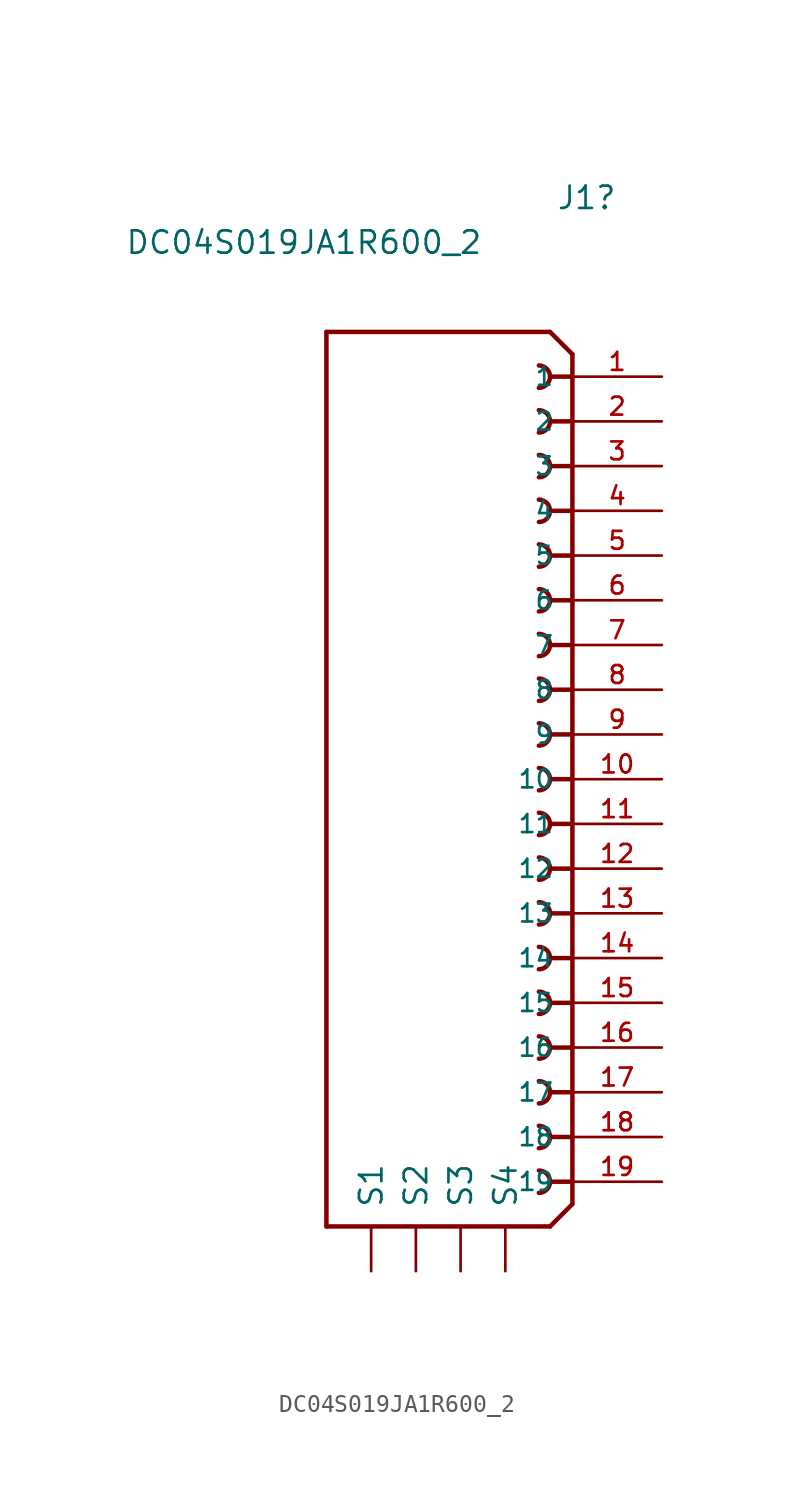
<source format=kicad_sym>
(kicad_symbol_lib
  (version 20211014)
  (generator kicad_symbol_editor)
  (symbol "DC04S019JA1R600_2"
    (pin_names
      (offset 1.016))
    (property "Reference" "J1"
      (at 2.54 33.02 0)
      (effects (font (size 1.27 1.27)) (justify right)))
    (property "Value" "DC04S019JA1R600_2"
      (at -5.08 30.48 0)
      (effects (font (size 1.27 1.27)) (justify right)))
    (property "ki_locked" ""
      (at 0 0 0)
      (effects (font (size 1.27 1.27))))
    (symbol "DC04S019JA1R600_2_0_0"
      (arc (start -1.905 -23.495) (mid -1.27 -22.86) (end -1.905 -22.225) (stroke (width 0.254) (type default) (color 0 0 0 0)) (fill (type none)))
      (arc (start -1.905 -20.955) (mid -1.27 -20.32) (end -1.905 -19.685) (stroke (width 0.254) (type default) (color 0 0 0 0)) (fill (type none)))
      (arc (start -1.905 -18.415) (mid -1.27 -17.78) (end -1.905 -17.145) (stroke (width 0.254) (type default) (color 0 0 0 0)) (fill (type none)))
      (arc (start -1.905 -15.875) (mid -1.27 -15.24) (end -1.905 -14.605) (stroke (width 0.254) (type default) (color 0 0 0 0)) (fill (type none)))
      (arc (start -1.905 -13.335) (mid -1.27 -12.7) (end -1.905 -12.065) (stroke (width 0.254) (type default) (color 0 0 0 0)) (fill (type none)))
      (arc (start -1.905 -10.795) (mid -1.27 -10.16) (end -1.905 -9.525) (stroke (width 0.254) (type default) (color 0 0 0 0)) (fill (type none)))
      (arc (start -1.905 -8.255) (mid -1.27 -7.62) (end -1.905 -6.985) (stroke (width 0.254) (type default) (color 0 0 0 0)) (fill (type none)))
      (arc (start -1.905 -5.715) (mid -1.27 -5.08) (end -1.905 -4.445) (stroke (width 0.254) (type default) (color 0 0 0 0)) (fill (type none)))
      (arc (start -1.905 -3.175) (mid -1.27 -2.54) (end -1.905 -1.905) (stroke (width 0.254) (type default) (color 0 0 0 0)) (fill (type none)))
      (arc (start -1.905 -0.635) (mid -1.27 0) (end -1.905 0.635) (stroke (width 0.254) (type default) (color 0 0 0 0)) (fill (type none)))
      (arc (start -1.905 1.905) (mid -1.27 2.54) (end -1.905 3.175) (stroke (width 0.254) (type default) (color 0 0 0 0)) (fill (type none)))
      (arc (start -1.905 4.445) (mid -1.27 5.08) (end -1.905 5.715) (stroke (width 0.254) (type default) (color 0 0 0 0)) (fill (type none)))
      (arc (start -1.905 6.985) (mid -1.27 7.62) (end -1.905 8.255) (stroke (width 0.254) (type default) (color 0 0 0 0)) (fill (type none)))
      (arc (start -1.905 9.525) (mid -1.27 10.16) (end -1.905 10.795) (stroke (width 0.254) (type default) (color 0 0 0 0)) (fill (type none)))
      (arc (start -1.905 12.065) (mid -1.27 12.7) (end -1.905 13.335) (stroke (width 0.254) (type default) (color 0 0 0 0)) (fill (type none)))
      (arc (start -1.905 14.605) (mid -1.27 15.24) (end -1.905 15.875) (stroke (width 0.254) (type default) (color 0 0 0 0)) (fill (type none)))
      (arc (start -1.905 17.145) (mid -1.27 17.78) (end -1.905 18.415) (stroke (width 0.254) (type default) (color 0 0 0 0)) (fill (type none)))
      (arc (start -1.905 19.685) (mid -1.27 20.32) (end -1.905 20.955) (stroke (width 0.254) (type default) (color 0 0 0 0)) (fill (type none)))
      (arc (start -1.905 22.225) (mid -1.27 22.86) (end -1.905 23.495) (stroke (width 0.254) (type default) (color 0 0 0 0)) (fill (type none)))
      (polyline (pts (xy -13.97 -25.4) (xy -13.97 25.4)) (stroke (width 0.254) (type default) (color 0 0 0 0)) (fill (type none)))
      (polyline (pts (xy -13.97 25.4) (xy -1.27 25.4)) (stroke (width 0.254) (type default) (color 0 0 0 0)) (fill (type none)))
      (polyline (pts (xy -1.27 -25.4) (xy -13.97 -25.4)) (stroke (width 0.254) (type default) (color 0 0 0 0)) (fill (type none)))
      (polyline (pts (xy 0 -24.13) (xy -1.27 -25.4)) (stroke (width 0.254) (type default) (color 0 0 0 0)) (fill (type none)))
      (polyline (pts (xy 0 -22.86) (xy -1.27 -22.86)) (stroke (width 0.254) (type default) (color 0 0 0 0)) (fill (type none)))
      (polyline (pts (xy 0 -20.32) (xy -1.27 -20.32)) (stroke (width 0.254) (type default) (color 0 0 0 0)) (fill (type none)))
      (polyline (pts (xy 0 -17.78) (xy -1.27 -17.78)) (stroke (width 0.254) (type default) (color 0 0 0 0)) (fill (type none)))
      (polyline (pts (xy 0 -15.24) (xy -1.27 -15.24)) (stroke (width 0.254) (type default) (color 0 0 0 0)) (fill (type none)))
      (polyline (pts (xy 0 -12.7) (xy -1.27 -12.7)) (stroke (width 0.254) (type default) (color 0 0 0 0)) (fill (type none)))
      (polyline (pts (xy 0 -10.16) (xy -1.27 -10.16)) (stroke (width 0.254) (type default) (color 0 0 0 0)) (fill (type none)))
      (polyline (pts (xy 0 -7.62) (xy -1.27 -7.62)) (stroke (width 0.254) (type default) (color 0 0 0 0)) (fill (type none)))
      (polyline (pts (xy 0 -5.08) (xy -1.27 -5.08)) (stroke (width 0.254) (type default) (color 0 0 0 0)) (fill (type none)))
      (polyline (pts (xy 0 -2.54) (xy -1.27 -2.54)) (stroke (width 0.254) (type default) (color 0 0 0 0)) (fill (type none)))
      (polyline (pts (xy 0 0) (xy -1.27 0)) (stroke (width 0.254) (type default) (color 0 0 0 0)) (fill (type none)))
      (polyline (pts (xy 0 2.54) (xy -1.27 2.54)) (stroke (width 0.254) (type default) (color 0 0 0 0)) (fill (type none)))
      (polyline (pts (xy 0 5.08) (xy -1.27 5.08)) (stroke (width 0.254) (type default) (color 0 0 0 0)) (fill (type none)))
      (polyline (pts (xy 0 7.62) (xy -1.27 7.62)) (stroke (width 0.254) (type default) (color 0 0 0 0)) (fill (type none)))
      (polyline (pts (xy 0 10.16) (xy -1.27 10.16)) (stroke (width 0.254) (type default) (color 0 0 0 0)) (fill (type none)))
      (polyline (pts (xy 0 12.7) (xy -1.27 12.7)) (stroke (width 0.254) (type default) (color 0 0 0 0)) (fill (type none)))
      (polyline (pts (xy 0 15.24) (xy -1.27 15.24)) (stroke (width 0.254) (type default) (color 0 0 0 0)) (fill (type none)))
      (polyline (pts (xy 0 17.78) (xy -1.27 17.78)) (stroke (width 0.254) (type default) (color 0 0 0 0)) (fill (type none)))
      (polyline (pts (xy 0 20.32) (xy -1.27 20.32)) (stroke (width 0.254) (type default) (color 0 0 0 0)) (fill (type none)))
      (polyline (pts (xy 0 22.86) (xy -1.27 22.86)) (stroke (width 0.254) (type default) (color 0 0 0 0)) (fill (type none)))
      (polyline (pts (xy 0 22.86) (xy 0 -24.13)) (stroke (width 0.254) (type default) (color 0 0 0 0)) (fill (type none)))
      (polyline (pts (xy 0 24.13) (xy -1.27 25.4)) (stroke (width 0.254) (type default) (color 0 0 0 0)) (fill (type none)))
      (polyline (pts (xy 0 24.13) (xy 0 22.86)) (stroke (width 0.254) (type default) (color 0 0 0 0)) (fill (type none)))
      (pin passive line (at 5.08 22.86 180) (length 5.08) (name "1" (effects (font (size 1.016 1.016)))) (number "1" (effects (font (size 1.016 1.016)))))
      (pin passive line (at 5.08 0 180) (length 5.08) (name "10" (effects (font (size 1.016 1.016)))) (number "10" (effects (font (size 1.016 1.016)))))
      (pin passive line (at 5.08 -2.54 180) (length 5.08) (name "11" (effects (font (size 1.016 1.016)))) (number "11" (effects (font (size 1.016 1.016)))))
      (pin passive line (at 5.08 -5.08 180) (length 5.08) (name "12" (effects (font (size 1.016 1.016)))) (number "12" (effects (font (size 1.016 1.016)))))
      (pin passive line (at 5.08 -7.62 180) (length 5.08) (name "13" (effects (font (size 1.016 1.016)))) (number "13" (effects (font (size 1.016 1.016)))))
      (pin passive line (at 5.08 -10.16 180) (length 5.08) (name "14" (effects (font (size 1.016 1.016)))) (number "14" (effects (font (size 1.016 1.016)))))
      (pin passive line (at 5.08 -12.7 180) (length 5.08) (name "15" (effects (font (size 1.016 1.016)))) (number "15" (effects (font (size 1.016 1.016)))))
      (pin passive line (at 5.08 -15.24 180) (length 5.08) (name "16" (effects (font (size 1.016 1.016)))) (number "16" (effects (font (size 1.016 1.016)))))
      (pin passive line (at 5.08 -17.78 180) (length 5.08) (name "17" (effects (font (size 1.016 1.016)))) (number "17" (effects (font (size 1.016 1.016)))))
      (pin passive line (at 5.08 -20.32 180) (length 5.08) (name "18" (effects (font (size 1.016 1.016)))) (number "18" (effects (font (size 1.016 1.016)))))
      (pin passive line (at 5.08 -22.86 180) (length 5.08) (name "19" (effects (font (size 1.016 1.016)))) (number "19" (effects (font (size 1.016 1.016)))))
      (pin passive line (at 5.08 20.32 180) (length 5.08) (name "2" (effects (font (size 1.016 1.016)))) (number "2" (effects (font (size 1.016 1.016)))))
      (pin passive line (at 5.08 17.78 180) (length 5.08) (name "3" (effects (font (size 1.016 1.016)))) (number "3" (effects (font (size 1.016 1.016)))))
      (pin passive line (at 5.08 15.24 180) (length 5.08) (name "4" (effects (font (size 1.016 1.016)))) (number "4" (effects (font (size 1.016 1.016)))))
      (pin passive line (at 5.08 12.7 180) (length 5.08) (name "5" (effects (font (size 1.016 1.016)))) (number "5" (effects (font (size 1.016 1.016)))))
      (pin passive line (at 5.08 10.16 180) (length 5.08) (name "6" (effects (font (size 1.016 1.016)))) (number "6" (effects (font (size 1.016 1.016)))))
      (pin passive line (at 5.08 7.62 180) (length 5.08) (name "7" (effects (font (size 1.016 1.016)))) (number "7" (effects (font (size 1.016 1.016)))))
      (pin passive line (at 5.08 5.08 180) (length 5.08) (name "8" (effects (font (size 1.016 1.016)))) (number "8" (effects (font (size 1.016 1.016)))))
      (pin passive line (at 5.08 2.54 180) (length 5.08) (name "9" (effects (font (size 1.016 1.016)))) (number "9" (effects (font (size 1.016 1.016))))))
    (symbol "DC04S019JA1R600_2_1_1"
      (pin passive line (at -11.43 -27.94 90) (length 2.54) (name "S1" (effects (font (size 1.27 1.27)))) (number "" (effects (font (size 1.27 1.27)))))
      (pin passive line (at -8.89 -27.94 90) (length 2.54) (name "S2" (effects (font (size 1.27 1.27)))) (number "" (effects (font (size 1.27 1.27)))))
      (pin passive line (at -6.35 -27.94 90) (length 2.54) (name "S3" (effects (font (size 1.27 1.27)))) (number "" (effects (font (size 1.27 1.27)))))
      (pin passive line (at -3.81 -27.94 90) (length 2.54) (name "S4" (effects (font (size 1.27 1.27)))) (number "" (effects (font (size 1.27 1.27))))))))
</source>
